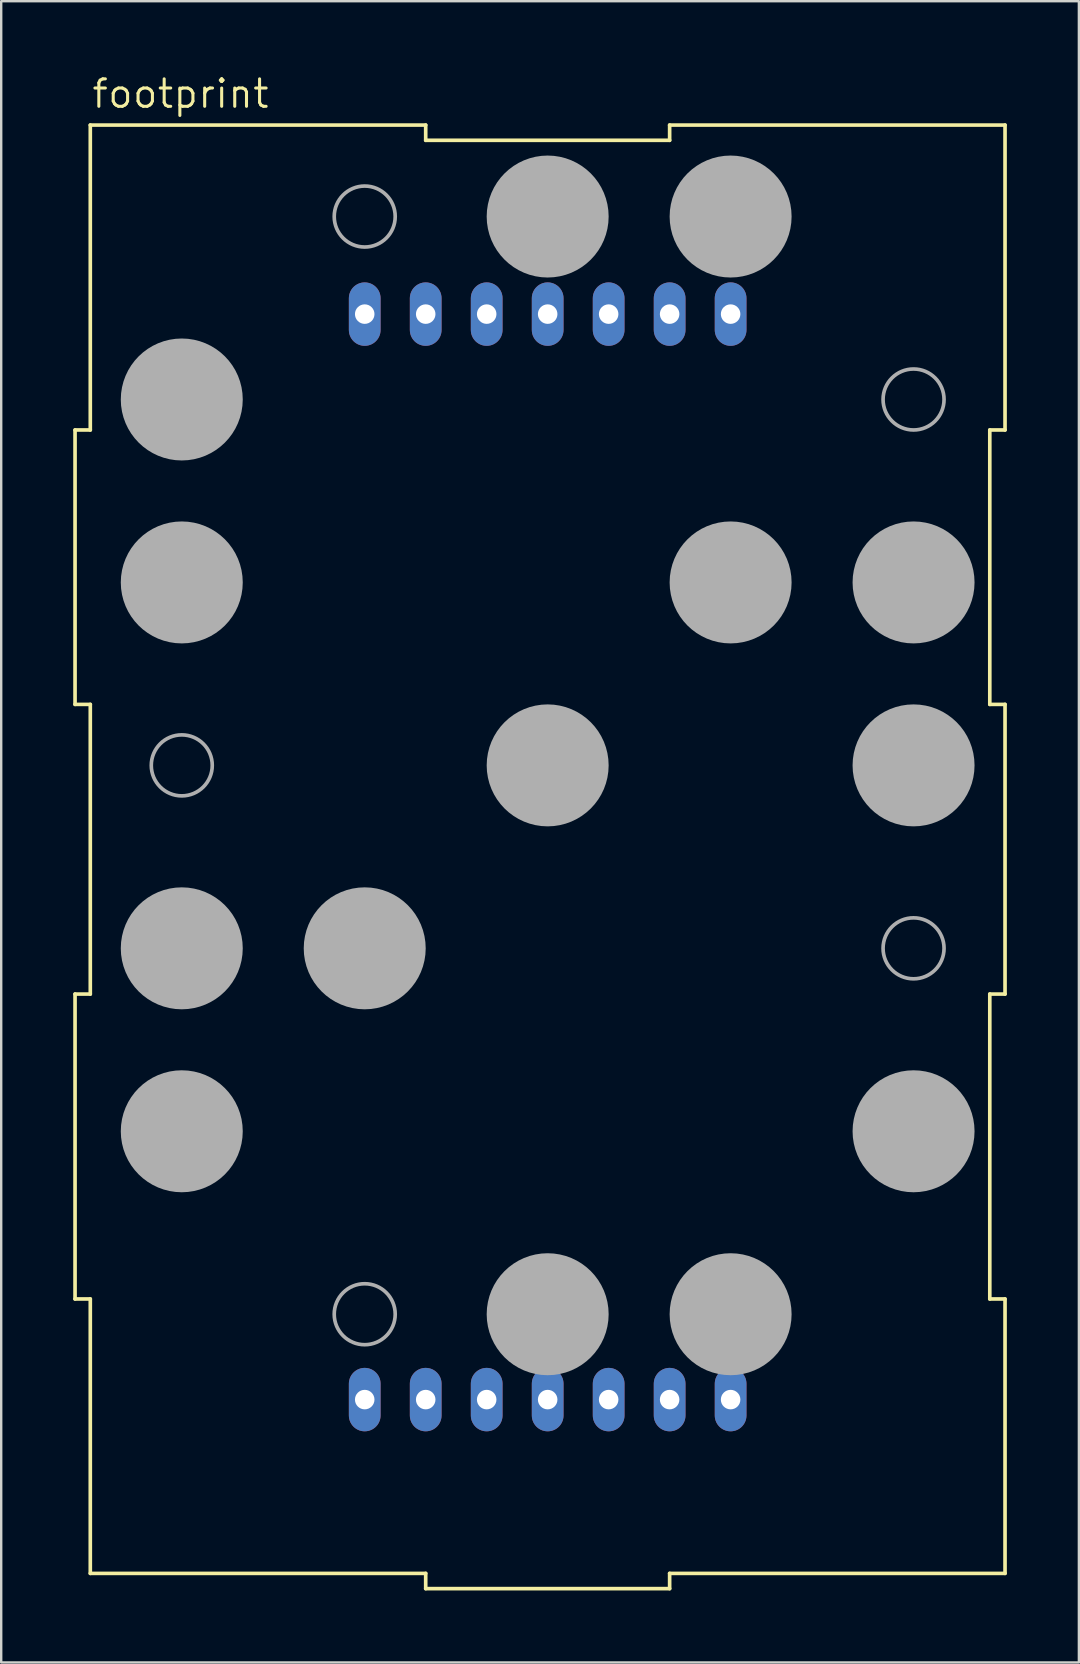
<source format=kicad_pcb>
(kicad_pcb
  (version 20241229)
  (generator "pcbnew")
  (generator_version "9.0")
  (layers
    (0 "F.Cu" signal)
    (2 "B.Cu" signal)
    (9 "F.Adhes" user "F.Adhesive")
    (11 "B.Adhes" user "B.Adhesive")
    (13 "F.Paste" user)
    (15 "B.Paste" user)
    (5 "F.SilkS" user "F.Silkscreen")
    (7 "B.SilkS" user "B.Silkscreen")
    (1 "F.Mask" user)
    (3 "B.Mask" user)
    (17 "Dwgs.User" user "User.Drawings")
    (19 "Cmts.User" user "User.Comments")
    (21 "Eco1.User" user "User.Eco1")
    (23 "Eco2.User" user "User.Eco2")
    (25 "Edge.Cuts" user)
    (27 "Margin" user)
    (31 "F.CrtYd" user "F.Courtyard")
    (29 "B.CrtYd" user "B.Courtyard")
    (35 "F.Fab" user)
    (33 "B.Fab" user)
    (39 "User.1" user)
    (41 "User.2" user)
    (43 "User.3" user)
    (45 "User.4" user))
  (footprint "footprint"
    (layer "F.Cu")
    (at 19.761 32.639)
    (property "Reference" "footprint" (at -19.05 -31.115 0) (layer "F.SilkS") (effects (font (size 1.143 1.143) (thickness 0.127)) (justify left bottom)))
    (fp_line (start -19.685 -6.35) (end -19.685 -17.78) (stroke (width 0.152) (type solid)) (layer "F.SilkS"))
    (fp_line (start -19.685 -6.35) (end -19.05 -6.35) (stroke (width 0.152) (type solid)) (layer "F.SilkS"))
    (fp_line (start -19.685 18.415) (end -19.685 5.715) (stroke (width 0.152) (type solid)) (layer "F.SilkS"))
    (fp_line (start -19.685 18.415) (end -19.05 18.415) (stroke (width 0.152) (type solid)) (layer "F.SilkS"))
    (fp_line (start -19.05 -30.48) (end -5.08 -30.48) (stroke (width 0.152) (type solid)) (layer "F.SilkS"))
    (fp_line (start -19.05 -17.78) (end -19.685 -17.78) (stroke (width 0.152) (type solid)) (layer "F.SilkS"))
    (fp_line (start -19.05 -17.78) (end -19.05 -30.48) (stroke (width 0.152) (type solid)) (layer "F.SilkS"))
    (fp_line (start -19.05 5.715) (end -19.685 5.715) (stroke (width 0.152) (type solid)) (layer "F.SilkS"))
    (fp_line (start -19.05 5.715) (end -19.05 -6.35) (stroke (width 0.152) (type solid)) (layer "F.SilkS"))
    (fp_line (start -19.05 29.845) (end -19.05 18.415) (stroke (width 0.152) (type solid)) (layer "F.SilkS"))
    (fp_line (start -19.05 29.845) (end -5.08 29.845) (stroke (width 0.152) (type solid)) (layer "F.SilkS"))
    (fp_line (start -5.08 -29.845) (end -5.08 -30.48) (stroke (width 0.152) (type solid)) (layer "F.SilkS"))
    (fp_line (start -5.08 -29.845) (end 5.08 -29.845) (stroke (width 0.152) (type solid)) (layer "F.SilkS"))
    (fp_line (start -5.08 30.48) (end -5.08 29.845) (stroke (width 0.152) (type solid)) (layer "F.SilkS"))
    (fp_line (start -5.08 30.48) (end 5.08 30.48) (stroke (width 0.152) (type solid)) (layer "F.SilkS"))
    (fp_line (start 5.08 -30.48) (end 5.08 -29.845) (stroke (width 0.152) (type solid)) (layer "F.SilkS"))
    (fp_line (start 5.08 -30.48) (end 19.05 -30.48) (stroke (width 0.152) (type solid)) (layer "F.SilkS"))
    (fp_line (start 5.08 29.845) (end 5.08 30.48) (stroke (width 0.152) (type solid)) (layer "F.SilkS"))
    (fp_line (start 5.08 29.845) (end 19.05 29.845) (stroke (width 0.152) (type solid)) (layer "F.SilkS"))
    (fp_line (start 18.415 -17.78) (end 18.415 -6.35) (stroke (width 0.152) (type solid)) (layer "F.SilkS"))
    (fp_line (start 18.415 -17.78) (end 19.05 -17.78) (stroke (width 0.152) (type solid)) (layer "F.SilkS"))
    (fp_line (start 18.415 5.715) (end 18.415 18.415) (stroke (width 0.152) (type solid)) (layer "F.SilkS"))
    (fp_line (start 18.415 5.715) (end 19.05 5.715) (stroke (width 0.152) (type solid)) (layer "F.SilkS"))
    (fp_line (start 19.05 -30.48) (end 19.05 -17.78) (stroke (width 0.152) (type solid)) (layer "F.SilkS"))
    (fp_line (start 19.05 -6.35) (end 18.415 -6.35) (stroke (width 0.152) (type solid)) (layer "F.SilkS"))
    (fp_line (start 19.05 -6.35) (end 19.05 5.715) (stroke (width 0.152) (type solid)) (layer "F.SilkS"))
    (fp_line (start 19.05 18.415) (end 18.415 18.415) (stroke (width 0.152) (type solid)) (layer "F.SilkS"))
    (fp_line (start 19.05 18.415) (end 19.05 29.845) (stroke (width 0.152) (type solid)) (layer "F.SilkS"))
    (fp_circle (center -15.24 -19.05) (end -13.97 -19.05) (stroke (width 2.54) (type solid)) (fill no) (layer "F.Fab"))
    (fp_circle (center -15.24 -11.43) (end -13.97 -11.43) (stroke (width 2.54) (type solid)) (fill no) (layer "F.Fab"))
    (fp_circle (center -15.24 -3.81) (end -13.97 -3.81) (stroke (width 0.152) (type solid)) (fill no) (layer "F.Fab"))
    (fp_circle (center -15.24 3.81) (end -13.97 3.81) (stroke (width 2.54) (type solid)) (fill no) (layer "F.Fab"))
    (fp_circle (center -15.24 11.43) (end -13.97 11.43) (stroke (width 2.54) (type solid)) (fill no) (layer "F.Fab"))
    (fp_circle (center -7.62 -26.67) (end -6.35 -26.67) (stroke (width 0.152) (type solid)) (fill no) (layer "F.Fab"))
    (fp_circle (center -7.62 3.81) (end -6.35 3.81) (stroke (width 2.54) (type solid)) (fill no) (layer "F.Fab"))
    (fp_circle (center -7.62 19.05) (end -6.35 19.05) (stroke (width 0.152) (type solid)) (fill no) (layer "F.Fab"))
    (fp_circle (center 0 -26.67) (end 1.27 -26.67) (stroke (width 2.54) (type solid)) (fill no) (layer "F.Fab"))
    (fp_circle (center 0 -3.81) (end 1.27 -3.81) (stroke (width 2.54) (type solid)) (fill no) (layer "F.Fab"))
    (fp_circle (center 0 19.05) (end 1.27 19.05) (stroke (width 2.54) (type solid)) (fill no) (layer "F.Fab"))
    (fp_circle (center 7.62 -26.67) (end 8.89 -26.67) (stroke (width 2.54) (type solid)) (fill no) (layer "F.Fab"))
    (fp_circle (center 7.62 -11.43) (end 8.89 -11.43) (stroke (width 2.54) (type solid)) (fill no) (layer "F.Fab"))
    (fp_circle (center 7.62 19.05) (end 8.89 19.05) (stroke (width 2.54) (type solid)) (fill no) (layer "F.Fab"))
    (fp_circle (center 15.24 -19.05) (end 16.51 -19.05) (stroke (width 0.152) (type solid)) (fill no) (layer "F.Fab"))
    (fp_circle (center 15.24 -11.43) (end 16.51 -11.43) (stroke (width 2.54) (type solid)) (fill no) (layer "F.Fab"))
    (fp_circle (center 15.24 -3.81) (end 16.51 -3.81) (stroke (width 2.54) (type solid)) (fill no) (layer "F.Fab"))
    (fp_circle (center 15.24 3.81) (end 16.51 3.81) (stroke (width 0.152) (type solid)) (fill no) (layer "F.Fab"))
    (fp_circle (center 15.24 11.43) (end 16.51 11.43) (stroke (width 2.54) (type solid)) (fill no) (layer "F.Fab"))
    (pad "1" thru_hole oval (at -7.62 22.606 90) (size 2.642 1.321) (drill 0.813) (layers "*.Cu" "*.Mask"))
    (pad "2" thru_hole oval (at -5.08 22.606 90) (size 2.642 1.321) (drill 0.813) (layers "*.Cu" "*.Mask"))
    (pad "3" thru_hole oval (at -2.54 22.606 90) (size 2.642 1.321) (drill 0.813) (layers "*.Cu" "*.Mask"))
    (pad "4" thru_hole oval (at 0 22.606 90) (size 2.642 1.321) (drill 0.813) (layers "*.Cu" "*.Mask"))
    (pad "5" thru_hole oval (at 2.54 22.606 90) (size 2.642 1.321) (drill 0.813) (layers "*.Cu" "*.Mask"))
    (pad "6" thru_hole oval (at 5.08 22.606 90) (size 2.642 1.321) (drill 0.813) (layers "*.Cu" "*.Mask"))
    (pad "7" thru_hole oval (at 7.62 22.606 90) (size 2.642 1.321) (drill 0.813) (layers "*.Cu" "*.Mask"))
    (pad "8" thru_hole oval (at 7.62 -22.606 90) (size 2.642 1.321) (drill 0.813) (layers "*.Cu" "*.Mask"))
    (pad "9" thru_hole oval (at 5.08 -22.606 90) (size 2.642 1.321) (drill 0.813) (layers "*.Cu" "*.Mask"))
    (pad "10" thru_hole oval (at 2.54 -22.606 90) (size 2.642 1.321) (drill 0.813) (layers "*.Cu" "*.Mask"))
    (pad "11" thru_hole oval (at 0 -22.606 90) (size 2.642 1.321) (drill 0.813) (layers "*.Cu" "*.Mask"))
    (pad "12" thru_hole oval (at -2.54 -22.606 90) (size 2.642 1.321) (drill 0.813) (layers "*.Cu" "*.Mask"))
    (pad "13" thru_hole oval (at -5.08 -22.606 90) (size 2.642 1.321) (drill 0.813) (layers "*.Cu" "*.Mask"))
    (pad "14" thru_hole oval (at -7.62 -22.606 90) (size 2.642 1.321) (drill 0.813) (layers "*.Cu" "*.Mask")))
  (gr_rect
    (start -3 -3)
    (end 41.887 66.195)
    (stroke (width 0.1) (type default))
    (fill no)
    (layer "Edge.Cuts")))
</source>
